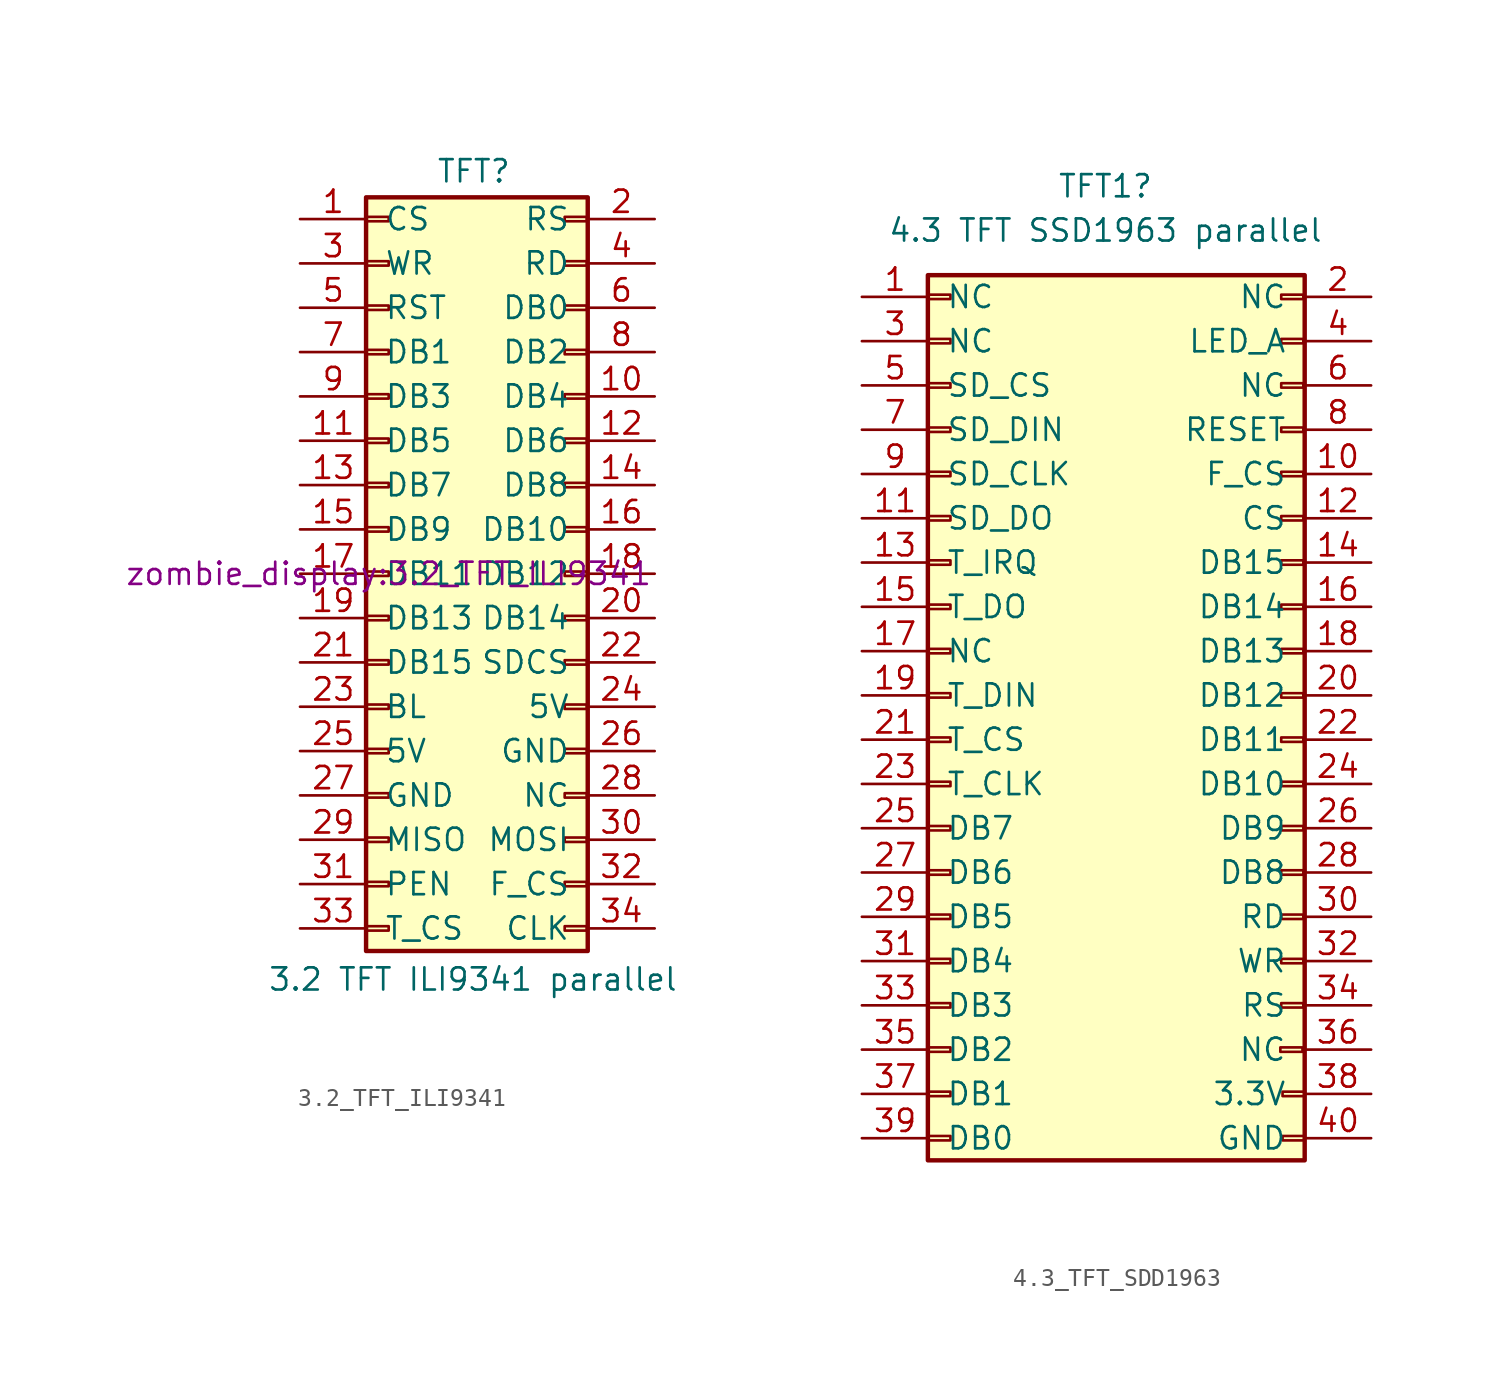
<source format=kicad_sym>
(kicad_symbol_lib
  (version 20220914)
  (generator kicad_symbol_editor)
  (symbol "3.2_TFT_ILI9341"
    (pin_names
      (offset 1.016))
    (property "Reference" "TFT"
      (at 4.877 23.063 0)
      (effects (font (size 1.27 1.27))))
    (property "Value" "3.2 TFT ILI9341 parallel"
      (at 4.826 -23.241 0)
      (effects (font (size 1.27 1.27))))
    (property "Footprint" "zombie_display:3.2_TFT_ILI9341"
      (at 0 0 0)
      (effects (font (size 1.27 1.27))))
    (symbol "3.2_TFT_ILI9341_1_1"
      (rectangle (start -1.295 21.565) (end 11.405 -21.615) (stroke (width 0.254) (type default)) (fill (type background)))
      (rectangle (start -1.27 -20.193) (end 0 -20.447) (stroke (width 0.152) (type default)) (fill (type none)))
      (rectangle (start -1.27 -17.653) (end 0 -17.907) (stroke (width 0.152) (type default)) (fill (type none)))
      (rectangle (start -1.27 -15.113) (end 0 -15.367) (stroke (width 0.152) (type default)) (fill (type none)))
      (rectangle (start -1.27 -12.573) (end 0 -12.827) (stroke (width 0.152) (type default)) (fill (type none)))
      (rectangle (start -1.27 -10.033) (end 0 -10.287) (stroke (width 0.152) (type default)) (fill (type none)))
      (rectangle (start -1.27 -7.493) (end 0 -7.747) (stroke (width 0.152) (type default)) (fill (type none)))
      (rectangle (start -1.27 -4.953) (end 0 -5.207) (stroke (width 0.152) (type default)) (fill (type none)))
      (rectangle (start -1.27 -2.413) (end 0 -2.667) (stroke (width 0.152) (type default)) (fill (type none)))
      (rectangle (start -1.27 0.127) (end 0 -0.127) (stroke (width 0.152) (type default)) (fill (type none)))
      (rectangle (start -1.27 2.667) (end 0 2.413) (stroke (width 0.152) (type default)) (fill (type none)))
      (rectangle (start -1.27 5.207) (end 0 4.953) (stroke (width 0.152) (type default)) (fill (type none)))
      (rectangle (start -1.27 7.747) (end 0 7.493) (stroke (width 0.152) (type default)) (fill (type none)))
      (rectangle (start -1.27 10.287) (end 0 10.033) (stroke (width 0.152) (type default)) (fill (type none)))
      (rectangle (start -1.27 12.827) (end 0 12.573) (stroke (width 0.152) (type default)) (fill (type none)))
      (rectangle (start -1.27 15.367) (end 0 15.113) (stroke (width 0.152) (type default)) (fill (type none)))
      (rectangle (start -1.27 17.907) (end 0 17.653) (stroke (width 0.152) (type default)) (fill (type none)))
      (rectangle (start -1.27 20.447) (end 0 20.193) (stroke (width 0.152) (type default)) (fill (type none)))
      (rectangle (start 10.084 -20.193) (end 11.354 -20.447) (stroke (width 0.152) (type default)) (fill (type none)))
      (rectangle (start 10.084 -7.493) (end 11.354 -7.747) (stroke (width 0.152) (type default)) (fill (type none)))
      (rectangle (start 11.354 -17.653) (end 10.084 -17.907) (stroke (width 0.152) (type default)) (fill (type none)))
      (rectangle (start 11.354 -15.113) (end 10.084 -15.367) (stroke (width 0.152) (type default)) (fill (type none)))
      (rectangle (start 11.354 -12.573) (end 10.084 -12.827) (stroke (width 0.152) (type default)) (fill (type none)))
      (rectangle (start 11.354 -10.033) (end 10.084 -10.287) (stroke (width 0.152) (type default)) (fill (type none)))
      (rectangle (start 11.354 -4.953) (end 10.084 -5.207) (stroke (width 0.152) (type default)) (fill (type none)))
      (rectangle (start 11.354 -2.413) (end 10.084 -2.667) (stroke (width 0.152) (type default)) (fill (type none)))
      (rectangle (start 11.354 0.127) (end 10.084 -0.127) (stroke (width 0.152) (type default)) (fill (type none)))
      (rectangle (start 11.354 2.667) (end 10.084 2.413) (stroke (width 0.152) (type default)) (fill (type none)))
      (rectangle (start 11.354 5.207) (end 10.084 4.953) (stroke (width 0.152) (type default)) (fill (type none)))
      (rectangle (start 11.354 7.747) (end 10.084 7.493) (stroke (width 0.152) (type default)) (fill (type none)))
      (rectangle (start 11.354 10.287) (end 10.084 10.033) (stroke (width 0.152) (type default)) (fill (type none)))
      (rectangle (start 11.354 12.827) (end 10.084 12.573) (stroke (width 0.152) (type default)) (fill (type none)))
      (rectangle (start 11.354 15.367) (end 10.084 15.113) (stroke (width 0.152) (type default)) (fill (type none)))
      (rectangle (start 11.354 17.907) (end 10.084 17.653) (stroke (width 0.152) (type default)) (fill (type none)))
      (rectangle (start 11.354 20.447) (end 10.084 20.193) (stroke (width 0.152) (type default)) (fill (type none)))
      (pin passive line (at -5.08 20.32 0) (length 3.81) (name "CS" (effects (font (size 1.27 1.27)))) (number "1" (effects (font (size 1.27 1.27)))))
      (pin passive line (at 15.24 10.16 180) (length 3.81) (name "DB4" (effects (font (size 1.27 1.27)))) (number "10" (effects (font (size 1.27 1.27)))))
      (pin passive line (at -5.08 7.62 0) (length 3.81) (name "DB5" (effects (font (size 1.27 1.27)))) (number "11" (effects (font (size 1.27 1.27)))))
      (pin passive line (at 15.24 7.62 180) (length 3.81) (name "DB6" (effects (font (size 1.27 1.27)))) (number "12" (effects (font (size 1.27 1.27)))))
      (pin passive line (at -5.08 5.08 0) (length 3.81) (name "DB7" (effects (font (size 1.27 1.27)))) (number "13" (effects (font (size 1.27 1.27)))))
      (pin passive line (at 15.24 5.08 180) (length 3.81) (name "DB8" (effects (font (size 1.27 1.27)))) (number "14" (effects (font (size 1.27 1.27)))))
      (pin passive line (at -5.08 2.54 0) (length 3.81) (name "DB9" (effects (font (size 1.27 1.27)))) (number "15" (effects (font (size 1.27 1.27)))))
      (pin passive line (at 15.24 2.54 180) (length 3.81) (name "DB10" (effects (font (size 1.27 1.27)))) (number "16" (effects (font (size 1.27 1.27)))))
      (pin passive line (at -5.08 0 0) (length 3.81) (name "DB11" (effects (font (size 1.27 1.27)))) (number "17" (effects (font (size 1.27 1.27)))))
      (pin passive line (at 15.24 0 180) (length 3.81) (name "DB12" (effects (font (size 1.27 1.27)))) (number "18" (effects (font (size 1.27 1.27)))))
      (pin passive line (at -5.08 -2.54 0) (length 3.81) (name "DB13" (effects (font (size 1.27 1.27)))) (number "19" (effects (font (size 1.27 1.27)))))
      (pin passive line (at 15.24 20.32 180) (length 3.81) (name "RS" (effects (font (size 1.27 1.27)))) (number "2" (effects (font (size 1.27 1.27)))))
      (pin passive line (at 15.24 -2.54 180) (length 3.81) (name "DB14" (effects (font (size 1.27 1.27)))) (number "20" (effects (font (size 1.27 1.27)))))
      (pin passive line (at -5.08 -5.08 0) (length 3.81) (name "DB15" (effects (font (size 1.27 1.27)))) (number "21" (effects (font (size 1.27 1.27)))))
      (pin passive line (at 15.24 -5.08 180) (length 3.81) (name "SDCS" (effects (font (size 1.27 1.27)))) (number "22" (effects (font (size 1.27 1.27)))))
      (pin passive line (at -5.08 -7.62 0) (length 3.81) (name "BL" (effects (font (size 1.27 1.27)))) (number "23" (effects (font (size 1.27 1.27)))))
      (pin passive line (at 15.24 -7.62 180) (length 3.81) (name "5V" (effects (font (size 1.27 1.27)))) (number "24" (effects (font (size 1.27 1.27)))))
      (pin passive line (at -5.08 -10.16 0) (length 3.81) (name "5V" (effects (font (size 1.27 1.27)))) (number "25" (effects (font (size 1.27 1.27)))))
      (pin passive line (at 15.24 -10.16 180) (length 3.81) (name "GND" (effects (font (size 1.27 1.27)))) (number "26" (effects (font (size 1.27 1.27)))))
      (pin passive line (at -5.08 -12.7 0) (length 3.81) (name "GND" (effects (font (size 1.27 1.27)))) (number "27" (effects (font (size 1.27 1.27)))))
      (pin passive line (at 15.24 -12.7 180) (length 3.81) (name "NC" (effects (font (size 1.27 1.27)))) (number "28" (effects (font (size 1.27 1.27)))))
      (pin passive line (at -5.08 -15.24 0) (length 3.81) (name "MISO" (effects (font (size 1.27 1.27)))) (number "29" (effects (font (size 1.27 1.27)))))
      (pin passive line (at -5.08 17.78 0) (length 3.81) (name "WR" (effects (font (size 1.27 1.27)))) (number "3" (effects (font (size 1.27 1.27)))))
      (pin passive line (at 15.24 -15.24 180) (length 3.81) (name "MOSI" (effects (font (size 1.27 1.27)))) (number "30" (effects (font (size 1.27 1.27)))))
      (pin passive line (at -5.08 -17.78 0) (length 3.81) (name "PEN" (effects (font (size 1.27 1.27)))) (number "31" (effects (font (size 1.27 1.27)))))
      (pin passive line (at 15.24 -17.78 180) (length 3.81) (name "F_CS" (effects (font (size 1.27 1.27)))) (number "32" (effects (font (size 1.27 1.27)))))
      (pin passive line (at -5.08 -20.32 0) (length 3.81) (name "T_CS" (effects (font (size 1.27 1.27)))) (number "33" (effects (font (size 1.27 1.27)))))
      (pin passive line (at 15.24 -20.32 180) (length 3.81) (name "CLK" (effects (font (size 1.27 1.27)))) (number "34" (effects (font (size 1.27 1.27)))))
      (pin passive line (at 15.24 17.78 180) (length 3.81) (name "RD" (effects (font (size 1.27 1.27)))) (number "4" (effects (font (size 1.27 1.27)))))
      (pin passive line (at -5.08 15.24 0) (length 3.81) (name "RST" (effects (font (size 1.27 1.27)))) (number "5" (effects (font (size 1.27 1.27)))))
      (pin passive line (at 15.24 15.24 180) (length 3.81) (name "DB0" (effects (font (size 1.27 1.27)))) (number "6" (effects (font (size 1.27 1.27)))))
      (pin passive line (at -5.08 12.7 0) (length 3.81) (name "DB1" (effects (font (size 1.27 1.27)))) (number "7" (effects (font (size 1.27 1.27)))))
      (pin passive line (at 15.24 12.7 180) (length 3.81) (name "DB2" (effects (font (size 1.27 1.27)))) (number "8" (effects (font (size 1.27 1.27)))))
      (pin passive line (at -5.08 10.16 0) (length 3.81) (name "DB3" (effects (font (size 1.27 1.27)))) (number "9" (effects (font (size 1.27 1.27)))))))
  (symbol "4.3_TFT_SDD1963"
    (pin_names
      (offset 1.016))
    (property "Reference" "TFT1"
      (at 8.89 26.67 0)
      (effects (font (size 1.27 1.27))))
    (property "Value" "4.3 TFT SSD1963 parallel"
      (at 8.89 24.13 0)
      (effects (font (size 1.27 1.27))))
    (symbol "4.3_TFT_SDD1963_1_1"
      (rectangle (start -1.295 21.565) (end 20.32 -29.21) (stroke (width 0.254) (type default)) (fill (type background)))
      (rectangle (start -1.27 -27.813) (end 0 -28.067) (stroke (width 0.152) (type default)) (fill (type none)))
      (rectangle (start -1.27 -25.273) (end 0 -25.527) (stroke (width 0.152) (type default)) (fill (type none)))
      (rectangle (start -1.27 -22.733) (end 0 -22.987) (stroke (width 0.152) (type default)) (fill (type none)))
      (rectangle (start -1.27 -20.193) (end 0 -20.447) (stroke (width 0.152) (type default)) (fill (type none)))
      (rectangle (start -1.27 -17.653) (end 0 -17.907) (stroke (width 0.152) (type default)) (fill (type none)))
      (rectangle (start -1.27 -15.113) (end 0 -15.367) (stroke (width 0.152) (type default)) (fill (type none)))
      (rectangle (start -1.27 -12.573) (end 0 -12.827) (stroke (width 0.152) (type default)) (fill (type none)))
      (rectangle (start -1.27 -10.033) (end 0 -10.287) (stroke (width 0.152) (type default)) (fill (type none)))
      (rectangle (start -1.27 -7.493) (end 0 -7.747) (stroke (width 0.152) (type default)) (fill (type none)))
      (rectangle (start -1.27 -4.953) (end 0 -5.207) (stroke (width 0.152) (type default)) (fill (type none)))
      (rectangle (start -1.27 -2.413) (end 0 -2.667) (stroke (width 0.152) (type default)) (fill (type none)))
      (rectangle (start -1.27 0.127) (end 0 -0.127) (stroke (width 0.152) (type default)) (fill (type none)))
      (rectangle (start -1.27 2.667) (end 0 2.413) (stroke (width 0.152) (type default)) (fill (type none)))
      (rectangle (start -1.27 5.207) (end 0 4.953) (stroke (width 0.152) (type default)) (fill (type none)))
      (rectangle (start -1.27 7.747) (end 0 7.493) (stroke (width 0.152) (type default)) (fill (type none)))
      (rectangle (start -1.27 10.287) (end 0 10.033) (stroke (width 0.152) (type default)) (fill (type none)))
      (rectangle (start -1.27 12.827) (end 0 12.573) (stroke (width 0.152) (type default)) (fill (type none)))
      (rectangle (start -1.27 15.367) (end 0 15.113) (stroke (width 0.152) (type default)) (fill (type none)))
      (rectangle (start -1.27 17.907) (end 0 17.653) (stroke (width 0.152) (type default)) (fill (type none)))
      (rectangle (start -1.27 20.447) (end 0 20.193) (stroke (width 0.152) (type default)) (fill (type none)))
      (rectangle (start 18.923 -22.733) (end 20.193 -22.987) (stroke (width 0.152) (type default)) (fill (type none)))
      (rectangle (start 18.974 -20.193) (end 20.244 -20.447) (stroke (width 0.152) (type default)) (fill (type none)))
      (rectangle (start 18.974 -7.493) (end 20.244 -7.747) (stroke (width 0.152) (type default)) (fill (type none)))
      (rectangle (start 19.05 -27.813) (end 20.32 -28.067) (stroke (width 0.152) (type default)) (fill (type none)))
      (rectangle (start 19.05 -25.273) (end 20.32 -25.527) (stroke (width 0.152) (type default)) (fill (type none)))
      (rectangle (start 20.244 -17.653) (end 18.974 -17.907) (stroke (width 0.152) (type default)) (fill (type none)))
      (rectangle (start 20.244 -15.113) (end 18.974 -15.367) (stroke (width 0.152) (type default)) (fill (type none)))
      (rectangle (start 20.244 -12.573) (end 18.974 -12.827) (stroke (width 0.152) (type default)) (fill (type none)))
      (rectangle (start 20.244 -10.033) (end 18.974 -10.287) (stroke (width 0.152) (type default)) (fill (type none)))
      (rectangle (start 20.244 -4.953) (end 18.974 -5.207) (stroke (width 0.152) (type default)) (fill (type none)))
      (rectangle (start 20.244 -2.413) (end 18.974 -2.667) (stroke (width 0.152) (type default)) (fill (type none)))
      (rectangle (start 20.244 0.127) (end 18.974 -0.127) (stroke (width 0.152) (type default)) (fill (type none)))
      (rectangle (start 20.244 2.667) (end 18.974 2.413) (stroke (width 0.152) (type default)) (fill (type none)))
      (rectangle (start 20.244 5.207) (end 18.974 4.953) (stroke (width 0.152) (type default)) (fill (type none)))
      (rectangle (start 20.244 7.747) (end 18.974 7.493) (stroke (width 0.152) (type default)) (fill (type none)))
      (rectangle (start 20.244 10.287) (end 18.974 10.033) (stroke (width 0.152) (type default)) (fill (type none)))
      (rectangle (start 20.244 12.827) (end 18.974 12.573) (stroke (width 0.152) (type default)) (fill (type none)))
      (rectangle (start 20.244 15.367) (end 18.974 15.113) (stroke (width 0.152) (type default)) (fill (type none)))
      (rectangle (start 20.244 17.907) (end 18.974 17.653) (stroke (width 0.152) (type default)) (fill (type none)))
      (rectangle (start 20.244 20.447) (end 18.974 20.193) (stroke (width 0.152) (type default)) (fill (type none)))
      (pin passive line (at -5.08 20.32 0) (length 3.81) (name "NC" (effects (font (size 1.27 1.27)))) (number "1" (effects (font (size 1.27 1.27)))))
      (pin passive line (at 24.13 10.16 180) (length 3.81) (name "F_CS" (effects (font (size 1.27 1.27)))) (number "10" (effects (font (size 1.27 1.27)))))
      (pin passive line (at -5.08 7.62 0) (length 3.81) (name "SD_DO" (effects (font (size 1.27 1.27)))) (number "11" (effects (font (size 1.27 1.27)))))
      (pin passive line (at 24.13 7.62 180) (length 3.81) (name "CS" (effects (font (size 1.27 1.27)))) (number "12" (effects (font (size 1.27 1.27)))))
      (pin passive line (at -5.08 5.08 0) (length 3.81) (name "T_IRQ" (effects (font (size 1.27 1.27)))) (number "13" (effects (font (size 1.27 1.27)))))
      (pin passive line (at 24.13 5.08 180) (length 3.81) (name "DB15" (effects (font (size 1.27 1.27)))) (number "14" (effects (font (size 1.27 1.27)))))
      (pin passive line (at -5.08 2.54 0) (length 3.81) (name "T_DO" (effects (font (size 1.27 1.27)))) (number "15" (effects (font (size 1.27 1.27)))))
      (pin passive line (at 24.13 2.54 180) (length 3.81) (name "DB14" (effects (font (size 1.27 1.27)))) (number "16" (effects (font (size 1.27 1.27)))))
      (pin passive line (at -5.08 0 0) (length 3.81) (name "NC" (effects (font (size 1.27 1.27)))) (number "17" (effects (font (size 1.27 1.27)))))
      (pin passive line (at 24.13 0 180) (length 3.81) (name "DB13" (effects (font (size 1.27 1.27)))) (number "18" (effects (font (size 1.27 1.27)))))
      (pin passive line (at -5.08 -2.54 0) (length 3.81) (name "T_DIN" (effects (font (size 1.27 1.27)))) (number "19" (effects (font (size 1.27 1.27)))))
      (pin passive line (at 24.13 20.32 180) (length 3.81) (name "NC" (effects (font (size 1.27 1.27)))) (number "2" (effects (font (size 1.27 1.27)))))
      (pin passive line (at 24.13 -2.54 180) (length 3.81) (name "DB12" (effects (font (size 1.27 1.27)))) (number "20" (effects (font (size 1.27 1.27)))))
      (pin passive line (at -5.08 -5.08 0) (length 3.81) (name "T_CS" (effects (font (size 1.27 1.27)))) (number "21" (effects (font (size 1.27 1.27)))))
      (pin passive line (at 24.13 -5.08 180) (length 3.81) (name "DB11" (effects (font (size 1.27 1.27)))) (number "22" (effects (font (size 1.27 1.27)))))
      (pin passive line (at -5.08 -7.62 0) (length 3.81) (name "T_CLK" (effects (font (size 1.27 1.27)))) (number "23" (effects (font (size 1.27 1.27)))))
      (pin passive line (at 24.13 -7.62 180) (length 3.81) (name "DB10" (effects (font (size 1.27 1.27)))) (number "24" (effects (font (size 1.27 1.27)))))
      (pin passive line (at -5.08 -10.16 0) (length 3.81) (name "DB7" (effects (font (size 1.27 1.27)))) (number "25" (effects (font (size 1.27 1.27)))))
      (pin passive line (at 24.13 -10.16 180) (length 3.81) (name "DB9" (effects (font (size 1.27 1.27)))) (number "26" (effects (font (size 1.27 1.27)))))
      (pin passive line (at -5.08 -12.7 0) (length 3.81) (name "DB6" (effects (font (size 1.27 1.27)))) (number "27" (effects (font (size 1.27 1.27)))))
      (pin passive line (at 24.13 -12.7 180) (length 3.81) (name "DB8" (effects (font (size 1.27 1.27)))) (number "28" (effects (font (size 1.27 1.27)))))
      (pin passive line (at -5.08 -15.24 0) (length 3.81) (name "DB5" (effects (font (size 1.27 1.27)))) (number "29" (effects (font (size 1.27 1.27)))))
      (pin passive line (at -5.08 17.78 0) (length 3.81) (name "NC" (effects (font (size 1.27 1.27)))) (number "3" (effects (font (size 1.27 1.27)))))
      (pin passive line (at 24.13 -15.24 180) (length 3.81) (name "RD" (effects (font (size 1.27 1.27)))) (number "30" (effects (font (size 1.27 1.27)))))
      (pin passive line (at -5.08 -17.78 0) (length 3.81) (name "DB4" (effects (font (size 1.27 1.27)))) (number "31" (effects (font (size 1.27 1.27)))))
      (pin passive line (at 24.13 -17.78 180) (length 3.81) (name "WR" (effects (font (size 1.27 1.27)))) (number "32" (effects (font (size 1.27 1.27)))))
      (pin passive line (at -5.08 -20.32 0) (length 3.81) (name "DB3" (effects (font (size 1.27 1.27)))) (number "33" (effects (font (size 1.27 1.27)))))
      (pin passive line (at 24.13 -20.32 180) (length 3.81) (name "RS" (effects (font (size 1.27 1.27)))) (number "34" (effects (font (size 1.27 1.27)))))
      (pin passive line (at -5.08 -22.86 0) (length 3.81) (name "DB2" (effects (font (size 1.27 1.27)))) (number "35" (effects (font (size 1.27 1.27)))))
      (pin passive line (at 24.13 -22.86 180) (length 3.81) (name "NC" (effects (font (size 1.27 1.27)))) (number "36" (effects (font (size 1.27 1.27)))))
      (pin passive line (at -5.08 -25.4 0) (length 3.81) (name "DB1" (effects (font (size 1.27 1.27)))) (number "37" (effects (font (size 1.27 1.27)))))
      (pin passive line (at 24.13 -25.4 180) (length 3.81) (name "3.3V" (effects (font (size 1.27 1.27)))) (number "38" (effects (font (size 1.27 1.27)))))
      (pin passive line (at -5.08 -27.94 0) (length 3.81) (name "DB0" (effects (font (size 1.27 1.27)))) (number "39" (effects (font (size 1.27 1.27)))))
      (pin passive line (at 24.13 17.78 180) (length 3.81) (name "LED_A" (effects (font (size 1.27 1.27)))) (number "4" (effects (font (size 1.27 1.27)))))
      (pin passive line (at 24.13 -27.94 180) (length 3.81) (name "GND" (effects (font (size 1.27 1.27)))) (number "40" (effects (font (size 1.27 1.27)))))
      (pin passive line (at -5.08 15.24 0) (length 3.81) (name "SD_CS" (effects (font (size 1.27 1.27)))) (number "5" (effects (font (size 1.27 1.27)))))
      (pin passive line (at 24.13 15.24 180) (length 3.81) (name "NC" (effects (font (size 1.27 1.27)))) (number "6" (effects (font (size 1.27 1.27)))))
      (pin passive line (at -5.08 12.7 0) (length 3.81) (name "SD_DIN" (effects (font (size 1.27 1.27)))) (number "7" (effects (font (size 1.27 1.27)))))
      (pin passive line (at 24.13 12.7 180) (length 3.81) (name "RESET" (effects (font (size 1.27 1.27)))) (number "8" (effects (font (size 1.27 1.27)))))
      (pin passive line (at -5.08 10.16 0) (length 3.81) (name "SD_CLK" (effects (font (size 1.27 1.27)))) (number "9" (effects (font (size 1.27 1.27))))))))
</source>
